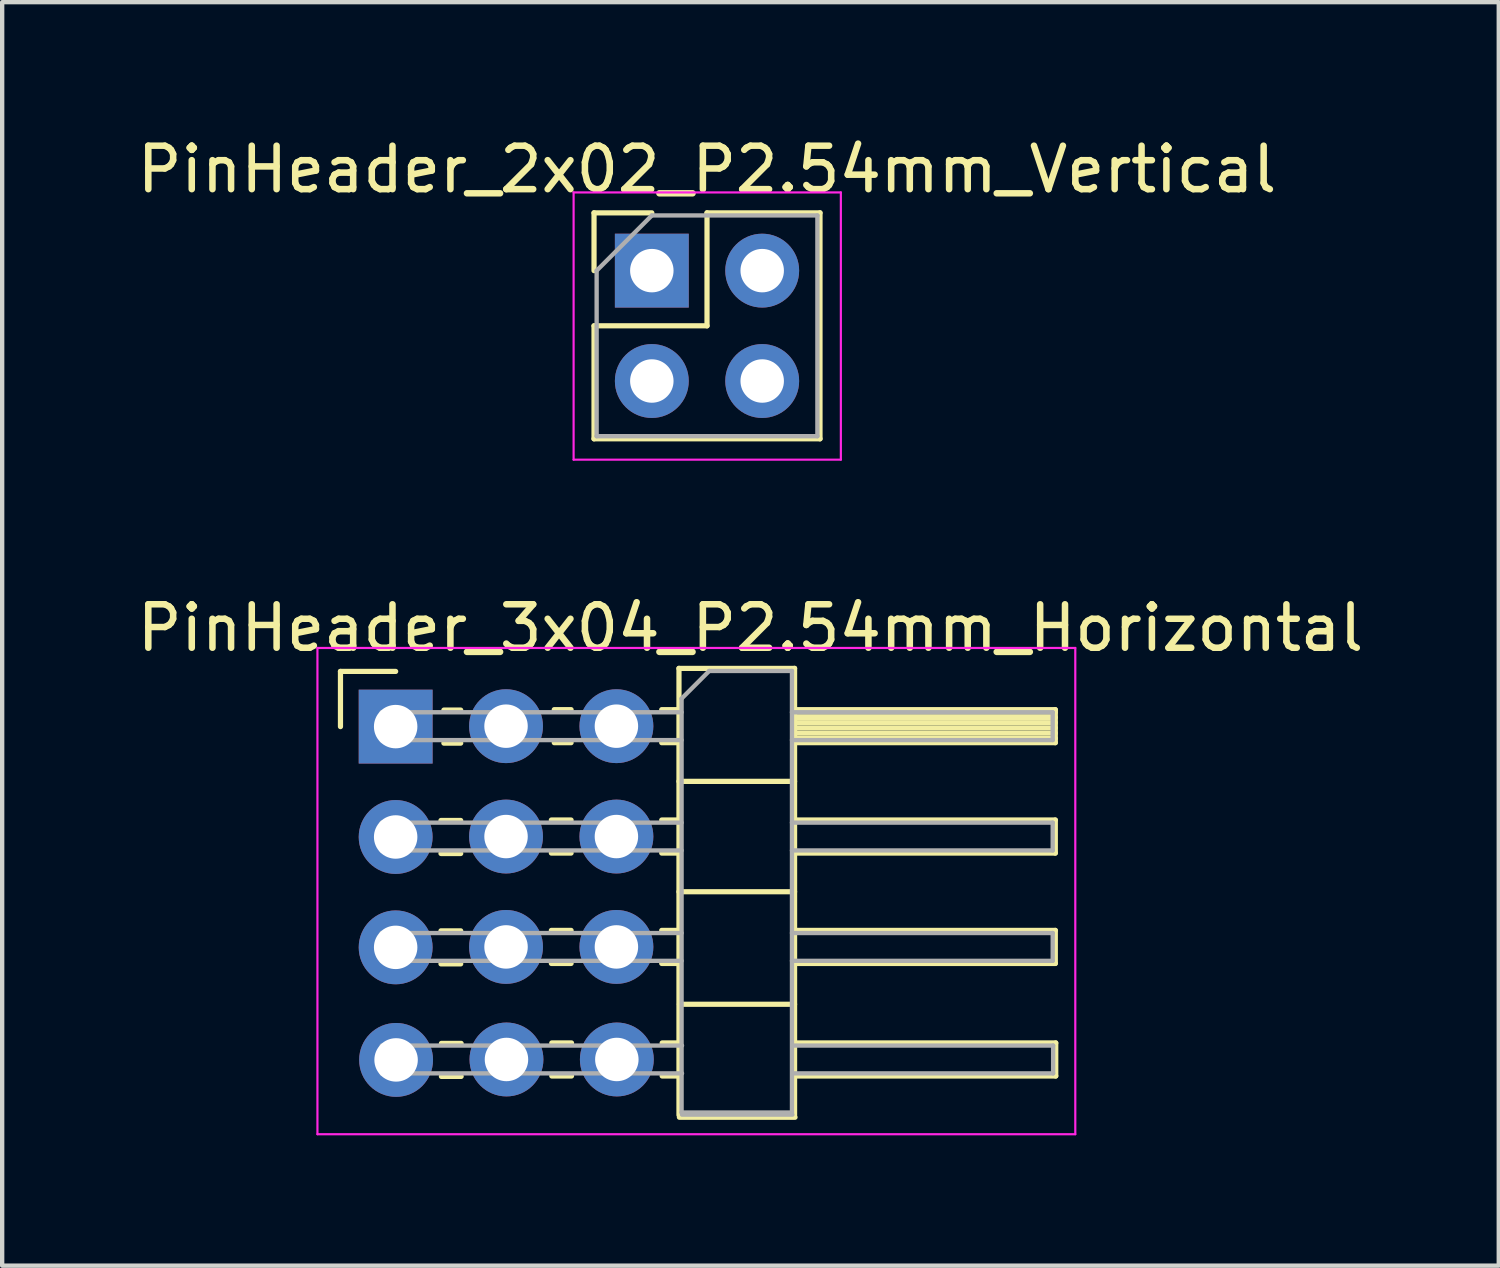
<source format=kicad_pcb>
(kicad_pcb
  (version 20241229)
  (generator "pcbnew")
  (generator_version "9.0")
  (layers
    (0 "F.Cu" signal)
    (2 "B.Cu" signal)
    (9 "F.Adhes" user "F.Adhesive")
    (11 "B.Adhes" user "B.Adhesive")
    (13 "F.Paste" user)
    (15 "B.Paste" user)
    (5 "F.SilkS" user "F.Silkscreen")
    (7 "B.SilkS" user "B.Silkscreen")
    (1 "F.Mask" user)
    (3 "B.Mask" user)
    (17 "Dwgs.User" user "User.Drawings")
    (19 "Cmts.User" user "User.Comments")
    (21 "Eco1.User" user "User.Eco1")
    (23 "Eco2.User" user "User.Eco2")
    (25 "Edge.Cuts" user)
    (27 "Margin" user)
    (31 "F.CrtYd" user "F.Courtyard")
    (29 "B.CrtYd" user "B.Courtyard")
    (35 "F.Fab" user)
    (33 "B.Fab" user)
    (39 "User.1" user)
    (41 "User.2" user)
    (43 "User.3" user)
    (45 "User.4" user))
  (footprint "PinHeader_3x04_P2.54mm_Horizontal"
    (layer "F.Cu")
    (at 6.055 13.671)
    (property "Reference" "PinHeader_3x04_P2.54mm_Horizontal" (at 8.165 -2.27 0) (layer "F.SilkS") (effects (font (size 1 1) (thickness 0.15))))
    (attr through_hole)
    (fp_line (start -1.27 -1.27) (end 0 -1.27) (stroke (width 0.12) (type solid)) (layer "F.SilkS"))
    (fp_line (start -1.27 0) (end -1.27 -1.27) (stroke (width 0.12) (type solid)) (layer "F.SilkS"))
    (fp_line (start 1.043 2.16) (end 1.497 2.16) (stroke (width 0.12) (type solid)) (layer "F.SilkS"))
    (fp_line (start 1.043 2.92) (end 1.497 2.92) (stroke (width 0.12) (type solid)) (layer "F.SilkS"))
    (fp_line (start 1.043 4.7) (end 1.497 4.7) (stroke (width 0.12) (type solid)) (layer "F.SilkS"))
    (fp_line (start 1.043 5.46) (end 1.497 5.46) (stroke (width 0.12) (type solid)) (layer "F.SilkS"))
    (fp_line (start 1.053 7.29) (end 1.507 7.29) (stroke (width 0.12) (type solid)) (layer "F.SilkS"))
    (fp_line (start 1.053 8.05) (end 1.507 8.05) (stroke (width 0.12) (type solid)) (layer "F.SilkS"))
    (fp_line (start 1.11 -0.38) (end 1.497 -0.38) (stroke (width 0.12) (type solid)) (layer "F.SilkS"))
    (fp_line (start 1.11 0.38) (end 1.497 0.38) (stroke (width 0.12) (type solid)) (layer "F.SilkS"))
    (fp_line (start 3.583 2.15) (end 4.037 2.15) (stroke (width 0.12) (type solid)) (layer "F.SilkS"))
    (fp_line (start 3.583 2.91) (end 4.037 2.91) (stroke (width 0.12) (type solid)) (layer "F.SilkS"))
    (fp_line (start 3.583 4.69) (end 4.037 4.69) (stroke (width 0.12) (type solid)) (layer "F.SilkS"))
    (fp_line (start 3.583 5.45) (end 4.037 5.45) (stroke (width 0.12) (type solid)) (layer "F.SilkS"))
    (fp_line (start 3.593 7.28) (end 4.047 7.28) (stroke (width 0.12) (type solid)) (layer "F.SilkS"))
    (fp_line (start 3.593 8.04) (end 4.047 8.04) (stroke (width 0.12) (type solid)) (layer "F.SilkS"))
    (fp_line (start 3.65 -0.39) (end 4.037 -0.39) (stroke (width 0.12) (type solid)) (layer "F.SilkS"))
    (fp_line (start 3.65 0.37) (end 4.037 0.37) (stroke (width 0.12) (type solid)) (layer "F.SilkS"))
    (fp_line (start 6.123 -0.39) (end 6.52 -0.39) (stroke (width 0.12) (type solid)) (layer "F.SilkS"))
    (fp_line (start 6.123 0.37) (end 6.52 0.37) (stroke (width 0.12) (type solid)) (layer "F.SilkS"))
    (fp_line (start 6.123 2.15) (end 6.52 2.15) (stroke (width 0.12) (type solid)) (layer "F.SilkS"))
    (fp_line (start 6.123 2.91) (end 6.52 2.91) (stroke (width 0.12) (type solid)) (layer "F.SilkS"))
    (fp_line (start 6.123 4.69) (end 6.52 4.69) (stroke (width 0.12) (type solid)) (layer "F.SilkS"))
    (fp_line (start 6.123 5.45) (end 6.52 5.45) (stroke (width 0.12) (type solid)) (layer "F.SilkS"))
    (fp_line (start 6.133 7.28) (end 6.53 7.28) (stroke (width 0.12) (type solid)) (layer "F.SilkS"))
    (fp_line (start 6.133 8.04) (end 6.53 8.04) (stroke (width 0.12) (type solid)) (layer "F.SilkS"))
    (fp_line (start 6.52 -1.34) (end 6.52 8.94) (stroke (width 0.12) (type solid)) (layer "F.SilkS"))
    (fp_line (start 6.52 1.26) (end 9.18 1.26) (stroke (width 0.12) (type solid)) (layer "F.SilkS"))
    (fp_line (start 6.52 3.8) (end 9.18 3.8) (stroke (width 0.12) (type solid)) (layer "F.SilkS"))
    (fp_line (start 6.53 6.39) (end 9.18 6.39) (stroke (width 0.12) (type solid)) (layer "F.SilkS"))
    (fp_line (start 6.53 8.99) (end 9.19 8.99) (stroke (width 0.12) (type solid)) (layer "F.SilkS"))
    (fp_line (start 9.18 -1.34) (end 6.52 -1.34) (stroke (width 0.12) (type solid)) (layer "F.SilkS"))
    (fp_line (start 9.18 -0.39) (end 15.18 -0.39) (stroke (width 0.12) (type solid)) (layer "F.SilkS"))
    (fp_line (start 9.18 -0.33) (end 15.18 -0.33) (stroke (width 0.12) (type solid)) (layer "F.SilkS"))
    (fp_line (start 9.18 -0.21) (end 15.18 -0.21) (stroke (width 0.12) (type solid)) (layer "F.SilkS"))
    (fp_line (start 9.18 -0.09) (end 15.18 -0.09) (stroke (width 0.12) (type solid)) (layer "F.SilkS"))
    (fp_line (start 9.18 0.03) (end 15.18 0.03) (stroke (width 0.12) (type solid)) (layer "F.SilkS"))
    (fp_line (start 9.18 0.15) (end 15.18 0.15) (stroke (width 0.12) (type solid)) (layer "F.SilkS"))
    (fp_line (start 9.18 0.27) (end 15.18 0.27) (stroke (width 0.12) (type solid)) (layer "F.SilkS"))
    (fp_line (start 9.18 2.15) (end 15.18 2.15) (stroke (width 0.12) (type solid)) (layer "F.SilkS"))
    (fp_line (start 9.18 4.69) (end 15.18 4.69) (stroke (width 0.12) (type solid)) (layer "F.SilkS"))
    (fp_line (start 9.18 8.94) (end 9.18 -1.34) (stroke (width 0.12) (type solid)) (layer "F.SilkS"))
    (fp_line (start 9.19 7.28) (end 15.19 7.28) (stroke (width 0.12) (type solid)) (layer "F.SilkS"))
    (fp_line (start 15.18 -0.39) (end 15.18 0.37) (stroke (width 0.12) (type solid)) (layer "F.SilkS"))
    (fp_line (start 15.18 0.37) (end 9.18 0.37) (stroke (width 0.12) (type solid)) (layer "F.SilkS"))
    (fp_line (start 15.18 2.15) (end 15.18 2.91) (stroke (width 0.12) (type solid)) (layer "F.SilkS"))
    (fp_line (start 15.18 2.91) (end 9.18 2.91) (stroke (width 0.12) (type solid)) (layer "F.SilkS"))
    (fp_line (start 15.18 4.69) (end 15.18 5.45) (stroke (width 0.12) (type solid)) (layer "F.SilkS"))
    (fp_line (start 15.18 5.45) (end 9.18 5.45) (stroke (width 0.12) (type solid)) (layer "F.SilkS"))
    (fp_line (start 15.19 7.28) (end 15.19 8.04) (stroke (width 0.12) (type solid)) (layer "F.SilkS"))
    (fp_line (start 15.19 8.04) (end 9.19 8.04) (stroke (width 0.12) (type solid)) (layer "F.SilkS"))
    (fp_line (start -1.8 -1.81) (end -1.8 9.38) (stroke (width 0.05) (type solid)) (layer "F.CrtYd"))
    (fp_line (start -1.8 9.38) (end 15.64 9.38) (stroke (width 0.05) (type solid)) (layer "F.CrtYd"))
    (fp_line (start 15.64 -1.81) (end -1.8 -1.81) (stroke (width 0.05) (type solid)) (layer "F.CrtYd"))
    (fp_line (start 15.64 9.38) (end 15.64 -1.81) (stroke (width 0.05) (type solid)) (layer "F.CrtYd"))
    (fp_line (start -0.32 -0.33) (end 6.58 -0.33) (stroke (width 0.1) (type solid)) (layer "F.Fab"))
    (fp_line (start -0.32 -0.32) (end -0.32 0.32) (stroke (width 0.1) (type solid)) (layer "F.Fab"))
    (fp_line (start -0.32 0.31) (end 6.58 0.31) (stroke (width 0.1) (type solid)) (layer "F.Fab"))
    (fp_line (start -0.32 2.21) (end 6.58 2.21) (stroke (width 0.1) (type solid)) (layer "F.Fab"))
    (fp_line (start -0.32 2.22) (end -0.32 2.86) (stroke (width 0.1) (type solid)) (layer "F.Fab"))
    (fp_line (start -0.32 2.85) (end 6.58 2.85) (stroke (width 0.1) (type solid)) (layer "F.Fab"))
    (fp_line (start -0.32 4.75) (end 6.58 4.75) (stroke (width 0.1) (type solid)) (layer "F.Fab"))
    (fp_line (start -0.32 4.76) (end -0.32 5.4) (stroke (width 0.1) (type solid)) (layer "F.Fab"))
    (fp_line (start -0.32 5.39) (end 6.58 5.39) (stroke (width 0.1) (type solid)) (layer "F.Fab"))
    (fp_line (start -0.32 7.34) (end 6.59 7.34) (stroke (width 0.1) (type solid)) (layer "F.Fab"))
    (fp_line (start -0.32 7.98) (end 6.59 7.98) (stroke (width 0.1) (type solid)) (layer "F.Fab"))
    (fp_line (start -0.31 7.35) (end -0.31 7.99) (stroke (width 0.1) (type solid)) (layer "F.Fab"))
    (fp_line (start 2.22 -0.33) (end 2.22 0.31) (stroke (width 0.1) (type solid)) (layer "F.Fab"))
    (fp_line (start 2.22 2.21) (end 2.22 2.85) (stroke (width 0.1) (type solid)) (layer "F.Fab"))
    (fp_line (start 2.22 4.75) (end 2.22 5.39) (stroke (width 0.1) (type solid)) (layer "F.Fab"))
    (fp_line (start 2.23 7.34) (end 2.23 7.98) (stroke (width 0.1) (type solid)) (layer "F.Fab"))
    (fp_line (start 6.58 -0.645) (end 7.215 -1.28) (stroke (width 0.1) (type solid)) (layer "F.Fab"))
    (fp_line (start 6.58 8.88) (end 6.58 -0.645) (stroke (width 0.1) (type solid)) (layer "F.Fab"))
    (fp_line (start 7.215 -1.28) (end 9.12 -1.28) (stroke (width 0.1) (type solid)) (layer "F.Fab"))
    (fp_line (start 9.12 -1.28) (end 9.12 8.88) (stroke (width 0.1) (type solid)) (layer "F.Fab"))
    (fp_line (start 9.12 -0.33) (end 15.12 -0.33) (stroke (width 0.1) (type solid)) (layer "F.Fab"))
    (fp_line (start 9.12 0.31) (end 15.12 0.31) (stroke (width 0.1) (type solid)) (layer "F.Fab"))
    (fp_line (start 9.12 2.21) (end 15.12 2.21) (stroke (width 0.1) (type solid)) (layer "F.Fab"))
    (fp_line (start 9.12 2.85) (end 15.12 2.85) (stroke (width 0.1) (type solid)) (layer "F.Fab"))
    (fp_line (start 9.12 4.75) (end 15.12 4.75) (stroke (width 0.1) (type solid)) (layer "F.Fab"))
    (fp_line (start 9.12 5.39) (end 15.12 5.39) (stroke (width 0.1) (type solid)) (layer "F.Fab"))
    (fp_line (start 9.12 8.88) (end 6.58 8.88) (stroke (width 0.1) (type solid)) (layer "F.Fab"))
    (fp_line (start 9.13 7.34) (end 15.13 7.34) (stroke (width 0.1) (type solid)) (layer "F.Fab"))
    (fp_line (start 9.13 7.98) (end 15.13 7.98) (stroke (width 0.1) (type solid)) (layer "F.Fab"))
    (fp_line (start 9.13 8.93) (end 6.59 8.93) (stroke (width 0.1) (type solid)) (layer "F.Fab"))
    (fp_line (start 15.12 -0.33) (end 15.12 0.31) (stroke (width 0.1) (type solid)) (layer "F.Fab"))
    (fp_line (start 15.12 2.21) (end 15.12 2.85) (stroke (width 0.1) (type solid)) (layer "F.Fab"))
    (fp_line (start 15.12 4.75) (end 15.12 5.39) (stroke (width 0.1) (type solid)) (layer "F.Fab"))
    (fp_line (start 15.13 7.34) (end 15.13 7.98) (stroke (width 0.1) (type solid)) (layer "F.Fab"))
    (pad "1" thru_hole rect (at 0 0) (size 1.7 1.7) (drill 1) (layers "*.Cu" "*.Mask"))
    (pad "2" thru_hole circle (at 2.54 -0.01) (size 1.7 1.7) (drill 1) (layers "*.Cu" "*.Mask"))
    (pad "3" thru_hole oval (at 5.08 -0.01) (size 1.7 1.7) (drill 1) (layers "*.Cu" "*.Mask"))
    (pad "4" thru_hole oval (at 0 2.54) (size 1.7 1.7) (drill 1) (layers "*.Cu" "*.Mask"))
    (pad "5" thru_hole oval (at 2.54 2.53) (size 1.7 1.7) (drill 1) (layers "*.Cu" "*.Mask"))
    (pad "6" thru_hole oval (at 5.08 2.53) (size 1.7 1.7) (drill 1) (layers "*.Cu" "*.Mask"))
    (pad "7" thru_hole oval (at 0 5.08) (size 1.7 1.7) (drill 1) (layers "*.Cu" "*.Mask"))
    (pad "8" thru_hole oval (at 2.54 5.07) (size 1.7 1.7) (drill 1) (layers "*.Cu" "*.Mask"))
    (pad "9" thru_hole oval (at 5.08 5.07) (size 1.7 1.7) (drill 1) (layers "*.Cu" "*.Mask"))
    (pad "10" thru_hole oval (at 0.01 7.67) (size 1.7 1.7) (drill 1) (layers "*.Cu" "*.Mask"))
    (pad "11" thru_hole oval (at 2.55 7.66) (size 1.7 1.7) (drill 1) (layers "*.Cu" "*.Mask"))
    (pad "12" thru_hole oval (at 5.09 7.66) (size 1.7 1.7) (drill 1) (layers "*.Cu" "*.Mask")))
  (footprint "PinHeader_2x02_P2.54mm_Vertical"
    (layer "F.Cu")
    (at 11.95 3.178)
    (property "Reference" "PinHeader_2x02_P2.54mm_Vertical" (at 1.27 -2.33 0) (layer "F.SilkS") (effects (font (size 1 1) (thickness 0.15))))
    (attr through_hole)
    (fp_line (start -1.33 -1.33) (end 0 -1.33) (stroke (width 0.12) (type solid)) (layer "F.SilkS"))
    (fp_line (start -1.33 0) (end -1.33 -1.33) (stroke (width 0.12) (type solid)) (layer "F.SilkS"))
    (fp_line (start -1.33 1.27) (end -1.33 3.87) (stroke (width 0.12) (type solid)) (layer "F.SilkS"))
    (fp_line (start -1.33 1.27) (end 1.27 1.27) (stroke (width 0.12) (type solid)) (layer "F.SilkS"))
    (fp_line (start -1.33 3.87) (end 3.87 3.87) (stroke (width 0.12) (type solid)) (layer "F.SilkS"))
    (fp_line (start 1.27 -1.33) (end 3.87 -1.33) (stroke (width 0.12) (type solid)) (layer "F.SilkS"))
    (fp_line (start 1.27 1.27) (end 1.27 -1.33) (stroke (width 0.12) (type solid)) (layer "F.SilkS"))
    (fp_line (start 3.87 -1.33) (end 3.87 3.87) (stroke (width 0.12) (type solid)) (layer "F.SilkS"))
    (fp_line (start -1.8 -1.8) (end -1.8 4.35) (stroke (width 0.05) (type solid)) (layer "F.CrtYd"))
    (fp_line (start -1.8 4.35) (end 4.35 4.35) (stroke (width 0.05) (type solid)) (layer "F.CrtYd"))
    (fp_line (start 4.35 -1.8) (end -1.8 -1.8) (stroke (width 0.05) (type solid)) (layer "F.CrtYd"))
    (fp_line (start 4.35 4.35) (end 4.35 -1.8) (stroke (width 0.05) (type solid)) (layer "F.CrtYd"))
    (fp_line (start -1.27 0) (end 0 -1.27) (stroke (width 0.1) (type solid)) (layer "F.Fab"))
    (fp_line (start -1.27 3.81) (end -1.27 0) (stroke (width 0.1) (type solid)) (layer "F.Fab"))
    (fp_line (start 0 -1.27) (end 3.81 -1.27) (stroke (width 0.1) (type solid)) (layer "F.Fab"))
    (fp_line (start 3.81 -1.27) (end 3.81 3.81) (stroke (width 0.1) (type solid)) (layer "F.Fab"))
    (fp_line (start 3.81 3.81) (end -1.27 3.81) (stroke (width 0.1) (type solid)) (layer "F.Fab"))
    (pad "1" thru_hole rect (at 0 0) (size 1.7 1.7) (drill 1) (layers "*.Cu" "*.Mask"))
    (pad "2" thru_hole oval (at 2.54 0) (size 1.7 1.7) (drill 1) (layers "*.Cu" "*.Mask"))
    (pad "3" thru_hole oval (at 0 2.54) (size 1.7 1.7) (drill 1) (layers "*.Cu" "*.Mask"))
    (pad "4" thru_hole oval (at 2.54 2.54) (size 1.7 1.7) (drill 1) (layers "*.Cu" "*.Mask")))
  (gr_rect
    (start -3 -3)
    (end 31.44 26.076)
    (stroke (width 0.1) (type default))
    (fill no)
    (layer "Edge.Cuts")))
</source>
